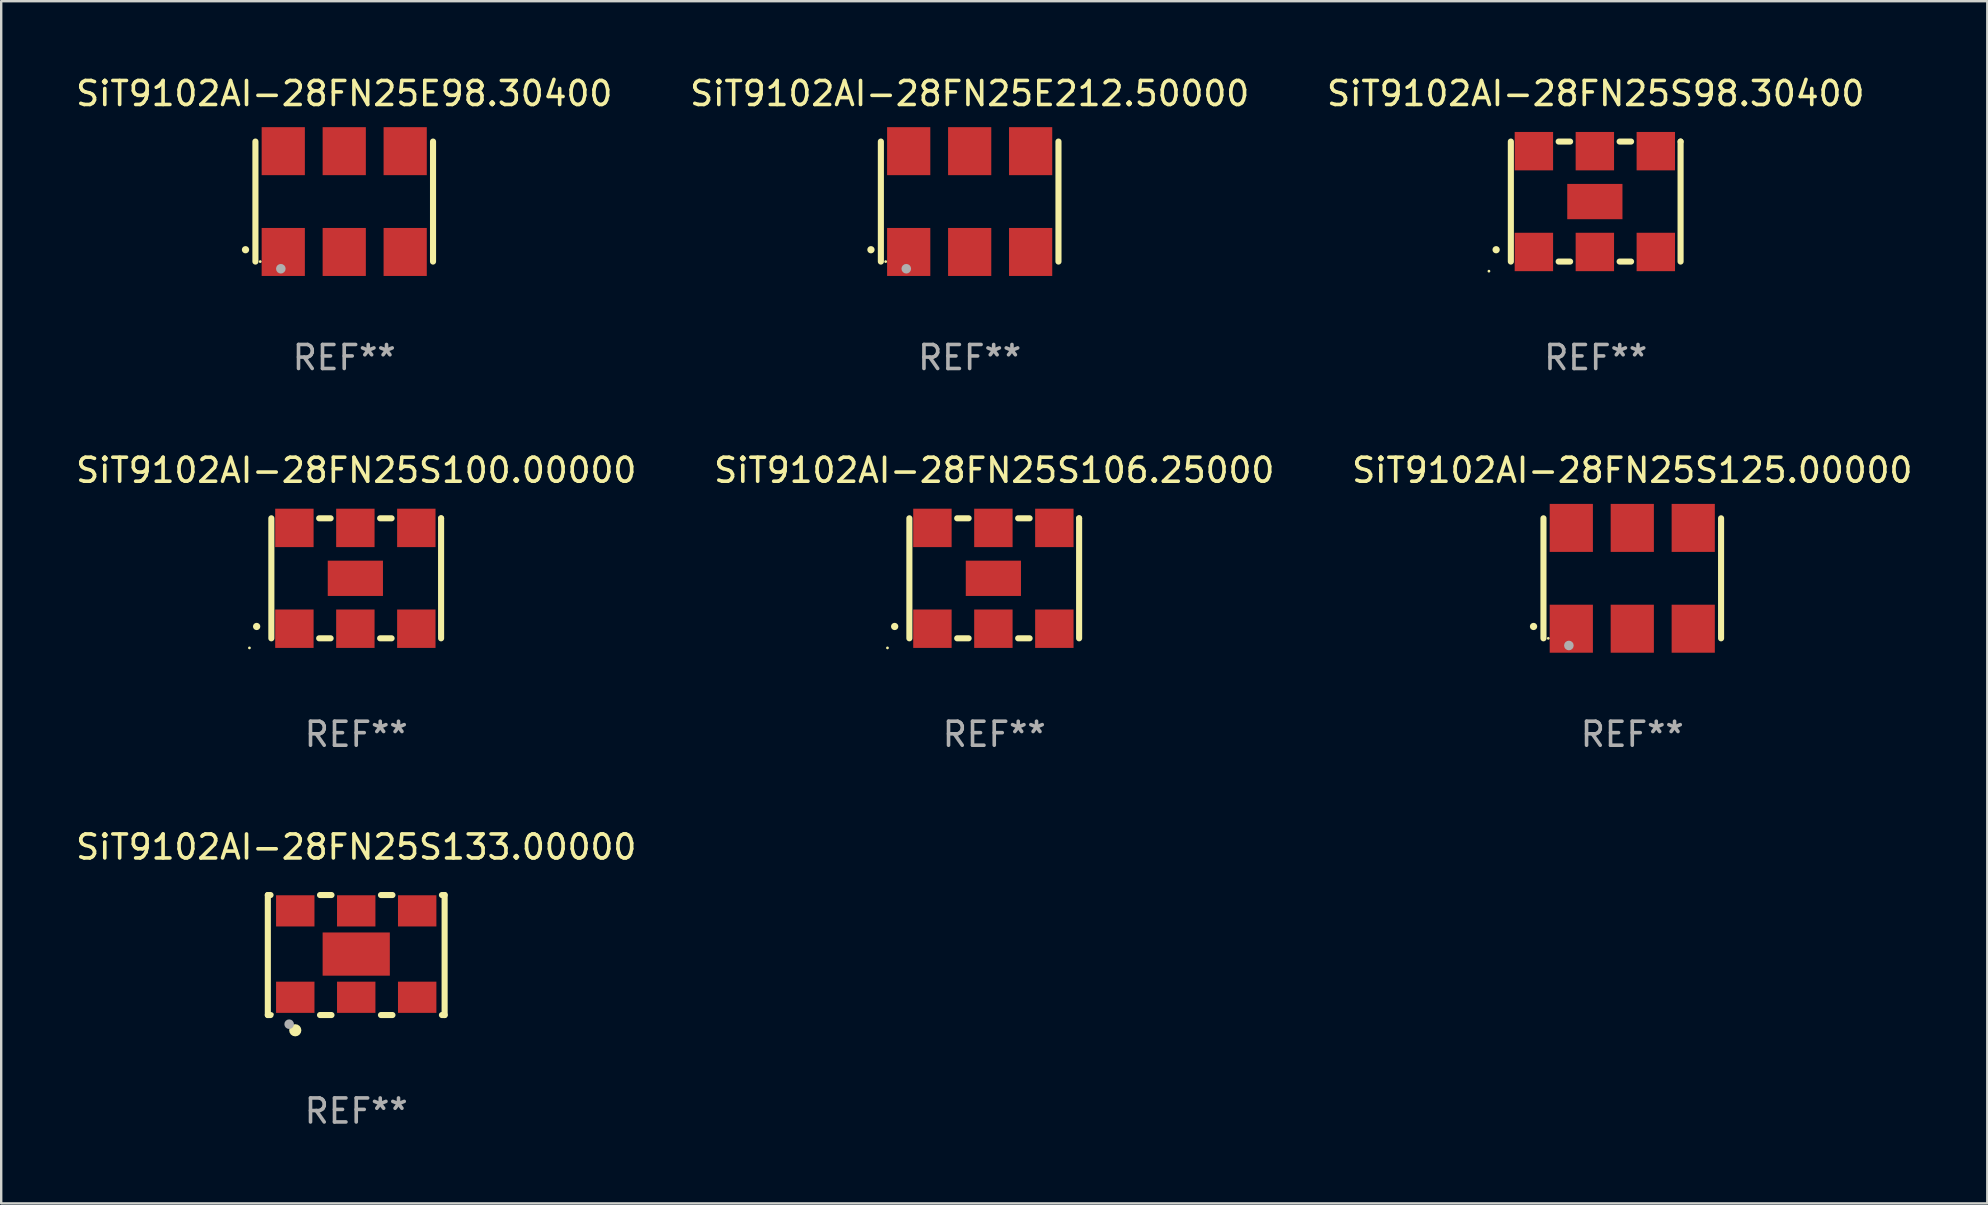
<source format=kicad_pcb>
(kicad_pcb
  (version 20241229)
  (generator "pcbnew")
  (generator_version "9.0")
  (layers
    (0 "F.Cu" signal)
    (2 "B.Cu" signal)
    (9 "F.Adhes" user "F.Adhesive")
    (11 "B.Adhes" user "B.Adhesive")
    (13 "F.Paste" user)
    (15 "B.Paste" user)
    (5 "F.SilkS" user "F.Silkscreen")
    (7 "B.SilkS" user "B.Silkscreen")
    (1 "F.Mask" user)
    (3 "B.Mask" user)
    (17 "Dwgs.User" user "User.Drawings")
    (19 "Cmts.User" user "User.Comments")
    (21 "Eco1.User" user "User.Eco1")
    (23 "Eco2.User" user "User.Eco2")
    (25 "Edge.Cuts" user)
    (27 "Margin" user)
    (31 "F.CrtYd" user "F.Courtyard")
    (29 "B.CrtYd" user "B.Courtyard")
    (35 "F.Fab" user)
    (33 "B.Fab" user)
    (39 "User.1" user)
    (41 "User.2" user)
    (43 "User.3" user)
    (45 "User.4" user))
  (footprint "SiT9102AI-28FN25S125.00000"
    (layer "F.Cu")
    (at 64.958 21.045)
    (property "Reference" "SiT9102AI-28FN25S125.00000" (at 0 -4.5 0) (layer "F.SilkS") (effects (font (size 1 1) (thickness 0.15))))
    (attr through_hole)
    (fp_line (start -3.7 -2.5) (end -3.7 2.5) (stroke (width 0.254) (type solid)) (layer "F.SilkS"))
    (fp_line (start 3.7 -2.5) (end 3.7 2.5) (stroke (width 0.254) (type solid)) (layer "F.SilkS"))
    (fp_arc (start -4.114415 2.006604) (mid -4.113145 2.006599) (end -4.111875 2.006604) (stroke (width 0.3) (type solid)) (layer "F.SilkS"))
    (fp_circle (center -3.5 2.501) (end -3.47 2.501) (stroke (width 0.06) (type solid)) (fill no) (layer "F.SilkS"))
    (fp_circle (center -2.641 2.799) (end -2.541 2.799) (stroke (width 0.2) (type solid)) (fill no) (layer "F.Fab"))
    (fp_text user "REF**" (at 0 6.5 0) (layer "F.Fab") (effects (font (size 1 1) (thickness 0.15))))
    (pad "1" smd rect (at -2.54 2.1) (size 1.8 2) (layers "F.Cu" "F.Mask" "F.Paste"))
    (pad "2" smd rect (at 0.000394 2.1) (size 1.8 2) (layers "F.Cu" "F.Mask" "F.Paste"))
    (pad "3" smd rect (at 2.54 2.1) (size 1.8 2) (layers "F.Cu" "F.Mask" "F.Paste"))
    (pad "4" smd rect (at 2.54 -2.1) (size 1.8 2) (layers "F.Cu" "F.Mask" "F.Paste"))
    (pad "5" smd rect (at 0.000394 -2.1) (size 1.8 2) (layers "F.Cu" "F.Mask" "F.Paste"))
    (pad "6" smd rect (at -2.54 -2.1) (size 1.8 2) (layers "F.Cu" "F.Mask" "F.Paste")))
  (footprint "SiT9102AI-28FN25S106.25000"
    (layer "F.Cu")
    (at 38.375 21.045)
    (property "Reference" "SiT9102AI-28FN25S106.25000" (at 0 -4.5 0) (layer "F.SilkS") (effects (font (size 1 1) (thickness 0.15))))
    (attr through_hole)
    (fp_line (start -3.536 -2.5) (end -3.536 2.5) (stroke (width 0.254) (type solid)) (layer "F.SilkS"))
    (fp_line (start -1.544 2.5) (end -1.067 2.5) (stroke (width 0.254) (type solid)) (layer "F.SilkS"))
    (fp_line (start -1.067 -2.5) (end -1.544 -2.5) (stroke (width 0.254) (type solid)) (layer "F.SilkS"))
    (fp_line (start 0.996 2.5) (end 1.473 2.5) (stroke (width 0.254) (type solid)) (layer "F.SilkS"))
    (fp_line (start 1.473 -2.5) (end 0.996 -2.5) (stroke (width 0.254) (type solid)) (layer "F.SilkS"))
    (fp_line (start 3.536 -2.5) (end 3.536 -2.5) (stroke (width 0.254) (type solid)) (layer "F.SilkS"))
    (fp_line (start 3.536 2.5) (end 3.536 -2.5) (stroke (width 0.254) (type solid)) (layer "F.SilkS"))
    (fp_arc (start -4.150432 2.006604) (mid -4.149162 2.006599) (end -4.147892 2.006604) (stroke (width 0.3) (type solid)) (layer "F.SilkS"))
    (fp_circle (center -4.449 2.9) (end -4.419 2.9) (stroke (width 0.06) (type solid)) (fill no) (layer "F.SilkS"))
    (fp_text user "REF**" (at 0 6.5 0) (layer "F.Fab") (effects (font (size 1 1) (thickness 0.15))))
    (pad "1" smd rect (at -2.576 2.1) (size 1.6 1.6) (layers "F.Cu" "F.Mask" "F.Paste"))
    (pad "2" smd rect (at -0.036 2.1) (size 1.6 1.6) (layers "F.Cu" "F.Mask" "F.Paste"))
    (pad "3" smd rect (at 2.504 2.1) (size 1.6 1.6) (layers "F.Cu" "F.Mask" "F.Paste"))
    (pad "4" smd rect (at 2.504 -2.1) (size 1.6 1.6) (layers "F.Cu" "F.Mask" "F.Paste"))
    (pad "5" smd rect (at -0.036 -2.1) (size 1.6 1.6) (layers "F.Cu" "F.Mask" "F.Paste"))
    (pad "6" smd rect (at -2.576 -2.1) (size 1.6 1.6) (layers "F.Cu" "F.Mask" "F.Paste"))
    (pad "7" smd rect (at -0.036 0) (size 2.3 1.47) (layers "F.Cu" "F.Mask" "F.Paste")))
  (footprint "SiT9102AI-28FN25S133.00000"
    (layer "F.Cu")
    (at 11.792 36.741)
    (property "Reference" "SiT9102AI-28FN25S133.00000" (at 0 -4.5 0) (layer "F.SilkS") (effects (font (size 1 1) (thickness 0.15))))
    (attr through_hole)
    (fp_line (start -3.683 -2.5) (end -3.571 -2.5) (stroke (width 0.254) (type solid)) (layer "F.SilkS"))
    (fp_line (start -3.683 2.5) (end -3.683 -2.5) (stroke (width 0.254) (type solid)) (layer "F.SilkS"))
    (fp_line (start -3.683 2.5) (end -3.571 2.5) (stroke (width 0.254) (type solid)) (layer "F.SilkS"))
    (fp_line (start -1.509 -2.5) (end -1.031 -2.5) (stroke (width 0.254) (type solid)) (layer "F.SilkS"))
    (fp_line (start -1.509 2.5) (end -1.031 2.5) (stroke (width 0.254) (type solid)) (layer "F.SilkS"))
    (fp_line (start 1.031 -2.5) (end 1.509 -2.5) (stroke (width 0.254) (type solid)) (layer "F.SilkS"))
    (fp_line (start 1.031 2.5) (end 1.509 2.5) (stroke (width 0.254) (type solid)) (layer "F.SilkS"))
    (fp_line (start 3.571 -2.5) (end 3.683 -2.5) (stroke (width 0.254) (type solid)) (layer "F.SilkS"))
    (fp_line (start 3.571 2.5) (end 3.683 2.5) (stroke (width 0.254) (type solid)) (layer "F.SilkS"))
    (fp_line (start 3.683 2.5) (end 3.683 -2.5) (stroke (width 0.254) (type solid)) (layer "F.SilkS"))
    (fp_circle (center -3.5 2.46) (end -3.47 2.46) (stroke (width 0.06) (type solid)) (fill no) (layer "F.SilkS"))
    (fp_circle (center -2.54 3.135) (end -2.413 3.135) (stroke (width 0.254) (type solid)) (fill no) (layer "F.SilkS"))
    (fp_circle (center -2.794 2.881) (end -2.694 2.881) (stroke (width 0.2) (type solid)) (fill no) (layer "F.Fab"))
    (fp_text user "REF**" (at 0 6.5 0) (layer "F.Fab") (effects (font (size 1 1) (thickness 0.15))))
    (pad "1" smd rect (at -2.54 1.76) (size 1.6 1.3) (layers "F.Cu" "F.Mask" "F.Paste"))
    (pad "2" smd rect (at 0 1.76) (size 1.6 1.3) (layers "F.Cu" "F.Mask" "F.Paste"))
    (pad "3" smd rect (at 2.54 1.76) (size 1.6 1.3) (layers "F.Cu" "F.Mask" "F.Paste"))
    (pad "4" smd rect (at 2.54 -1.84) (size 1.6 1.3) (layers "F.Cu" "F.Mask" "F.Paste"))
    (pad "5" smd rect (at 0 -1.84) (size 1.6 1.3) (layers "F.Cu" "F.Mask" "F.Paste"))
    (pad "6" smd rect (at -2.54 -1.84) (size 1.6 1.3) (layers "F.Cu" "F.Mask" "F.Paste"))
    (pad "7" smd rect (at 0 -0.04) (size 2.8 1.8) (layers "F.Cu" "F.Mask" "F.Paste")))
  (footprint "SiT9102AI-28FN25E212.50000"
    (layer "F.Cu")
    (at 37.351 5.348)
    (property "Reference" "SiT9102AI-28FN25E212.50000" (at 0 -4.5 0) (layer "F.SilkS") (effects (font (size 1 1) (thickness 0.15))))
    (attr through_hole)
    (fp_line (start -3.7 -2.5) (end -3.7 2.5) (stroke (width 0.254) (type solid)) (layer "F.SilkS"))
    (fp_line (start 3.7 -2.5) (end 3.7 2.5) (stroke (width 0.254) (type solid)) (layer "F.SilkS"))
    (fp_arc (start -4.114415 2.006604) (mid -4.113145 2.006599) (end -4.111875 2.006604) (stroke (width 0.3) (type solid)) (layer "F.SilkS"))
    (fp_circle (center -3.5 2.501) (end -3.47 2.501) (stroke (width 0.06) (type solid)) (fill no) (layer "F.SilkS"))
    (fp_circle (center -2.641 2.799) (end -2.541 2.799) (stroke (width 0.2) (type solid)) (fill no) (layer "F.Fab"))
    (fp_text user "REF**" (at 0 6.5 0) (layer "F.Fab") (effects (font (size 1 1) (thickness 0.15))))
    (pad "1" smd rect (at -2.54 2.1) (size 1.8 2) (layers "F.Cu" "F.Mask" "F.Paste"))
    (pad "2" smd rect (at 0.000394 2.1) (size 1.8 2) (layers "F.Cu" "F.Mask" "F.Paste"))
    (pad "3" smd rect (at 2.54 2.1) (size 1.8 2) (layers "F.Cu" "F.Mask" "F.Paste"))
    (pad "4" smd rect (at 2.54 -2.1) (size 1.8 2) (layers "F.Cu" "F.Mask" "F.Paste"))
    (pad "5" smd rect (at 0.000394 -2.1) (size 1.8 2) (layers "F.Cu" "F.Mask" "F.Paste"))
    (pad "6" smd rect (at -2.54 -2.1) (size 1.8 2) (layers "F.Cu" "F.Mask" "F.Paste")))
  (footprint "SiT9102AI-28FN25E98.30400"
    (layer "F.Cu")
    (at 11.292 5.348)
    (property "Reference" "SiT9102AI-28FN25E98.30400" (at 0 -4.5 0) (layer "F.SilkS") (effects (font (size 1 1) (thickness 0.15))))
    (attr through_hole)
    (fp_line (start -3.7 -2.5) (end -3.7 2.5) (stroke (width 0.254) (type solid)) (layer "F.SilkS"))
    (fp_line (start 3.7 -2.5) (end 3.7 2.5) (stroke (width 0.254) (type solid)) (layer "F.SilkS"))
    (fp_arc (start -4.114415 2.006604) (mid -4.113145 2.006599) (end -4.111875 2.006604) (stroke (width 0.3) (type solid)) (layer "F.SilkS"))
    (fp_circle (center -3.5 2.501) (end -3.47 2.501) (stroke (width 0.06) (type solid)) (fill no) (layer "F.SilkS"))
    (fp_circle (center -2.641 2.799) (end -2.541 2.799) (stroke (width 0.2) (type solid)) (fill no) (layer "F.Fab"))
    (fp_text user "REF**" (at 0 6.5 0) (layer "F.Fab") (effects (font (size 1 1) (thickness 0.15))))
    (pad "1" smd rect (at -2.54 2.1) (size 1.8 2) (layers "F.Cu" "F.Mask" "F.Paste"))
    (pad "2" smd rect (at 0.000394 2.1) (size 1.8 2) (layers "F.Cu" "F.Mask" "F.Paste"))
    (pad "3" smd rect (at 2.54 2.1) (size 1.8 2) (layers "F.Cu" "F.Mask" "F.Paste"))
    (pad "4" smd rect (at 2.54 -2.1) (size 1.8 2) (layers "F.Cu" "F.Mask" "F.Paste"))
    (pad "5" smd rect (at 0.000394 -2.1) (size 1.8 2) (layers "F.Cu" "F.Mask" "F.Paste"))
    (pad "6" smd rect (at -2.54 -2.1) (size 1.8 2) (layers "F.Cu" "F.Mask" "F.Paste")))
  (footprint "SiT9102AI-28FN25S100.00000"
    (layer "F.Cu")
    (at 11.792 21.045)
    (property "Reference" "SiT9102AI-28FN25S100.00000" (at 0 -4.5 0) (layer "F.SilkS") (effects (font (size 1 1) (thickness 0.15))))
    (attr through_hole)
    (fp_line (start -3.536 -2.5) (end -3.536 2.5) (stroke (width 0.254) (type solid)) (layer "F.SilkS"))
    (fp_line (start -1.544 2.5) (end -1.067 2.5) (stroke (width 0.254) (type solid)) (layer "F.SilkS"))
    (fp_line (start -1.067 -2.5) (end -1.544 -2.5) (stroke (width 0.254) (type solid)) (layer "F.SilkS"))
    (fp_line (start 0.996 2.5) (end 1.473 2.5) (stroke (width 0.254) (type solid)) (layer "F.SilkS"))
    (fp_line (start 1.473 -2.5) (end 0.996 -2.5) (stroke (width 0.254) (type solid)) (layer "F.SilkS"))
    (fp_line (start 3.536 -2.5) (end 3.536 -2.5) (stroke (width 0.254) (type solid)) (layer "F.SilkS"))
    (fp_line (start 3.536 2.5) (end 3.536 -2.5) (stroke (width 0.254) (type solid)) (layer "F.SilkS"))
    (fp_arc (start -4.150432 2.006604) (mid -4.149162 2.006599) (end -4.147892 2.006604) (stroke (width 0.3) (type solid)) (layer "F.SilkS"))
    (fp_circle (center -4.449 2.9) (end -4.419 2.9) (stroke (width 0.06) (type solid)) (fill no) (layer "F.SilkS"))
    (fp_text user "REF**" (at 0 6.5 0) (layer "F.Fab") (effects (font (size 1 1) (thickness 0.15))))
    (pad "1" smd rect (at -2.576 2.1) (size 1.6 1.6) (layers "F.Cu" "F.Mask" "F.Paste"))
    (pad "2" smd rect (at -0.036 2.1) (size 1.6 1.6) (layers "F.Cu" "F.Mask" "F.Paste"))
    (pad "3" smd rect (at 2.504 2.1) (size 1.6 1.6) (layers "F.Cu" "F.Mask" "F.Paste"))
    (pad "4" smd rect (at 2.504 -2.1) (size 1.6 1.6) (layers "F.Cu" "F.Mask" "F.Paste"))
    (pad "5" smd rect (at -0.036 -2.1) (size 1.6 1.6) (layers "F.Cu" "F.Mask" "F.Paste"))
    (pad "6" smd rect (at -2.576 -2.1) (size 1.6 1.6) (layers "F.Cu" "F.Mask" "F.Paste"))
    (pad "7" smd rect (at -0.036 0) (size 2.3 1.47) (layers "F.Cu" "F.Mask" "F.Paste")))
  (footprint "SiT9102AI-28FN25S98.30400"
    (layer "F.Cu")
    (at 63.435 5.348)
    (property "Reference" "SiT9102AI-28FN25S98.30400" (at 0 -4.5 0) (layer "F.SilkS") (effects (font (size 1 1) (thickness 0.15))))
    (attr through_hole)
    (fp_line (start -3.536 -2.5) (end -3.536 2.5) (stroke (width 0.254) (type solid)) (layer "F.SilkS"))
    (fp_line (start -1.544 2.5) (end -1.067 2.5) (stroke (width 0.254) (type solid)) (layer "F.SilkS"))
    (fp_line (start -1.067 -2.5) (end -1.544 -2.5) (stroke (width 0.254) (type solid)) (layer "F.SilkS"))
    (fp_line (start 0.996 2.5) (end 1.473 2.5) (stroke (width 0.254) (type solid)) (layer "F.SilkS"))
    (fp_line (start 1.473 -2.5) (end 0.996 -2.5) (stroke (width 0.254) (type solid)) (layer "F.SilkS"))
    (fp_line (start 3.536 -2.5) (end 3.536 -2.5) (stroke (width 0.254) (type solid)) (layer "F.SilkS"))
    (fp_line (start 3.536 2.5) (end 3.536 -2.5) (stroke (width 0.254) (type solid)) (layer "F.SilkS"))
    (fp_arc (start -4.150432 2.006604) (mid -4.149162 2.006599) (end -4.147892 2.006604) (stroke (width 0.3) (type solid)) (layer "F.SilkS"))
    (fp_circle (center -4.449 2.9) (end -4.419 2.9) (stroke (width 0.06) (type solid)) (fill no) (layer "F.SilkS"))
    (fp_text user "REF**" (at 0 6.5 0) (layer "F.Fab") (effects (font (size 1 1) (thickness 0.15))))
    (pad "1" smd rect (at -2.576 2.1) (size 1.6 1.6) (layers "F.Cu" "F.Mask" "F.Paste"))
    (pad "2" smd rect (at -0.036 2.1) (size 1.6 1.6) (layers "F.Cu" "F.Mask" "F.Paste"))
    (pad "3" smd rect (at 2.504 2.1) (size 1.6 1.6) (layers "F.Cu" "F.Mask" "F.Paste"))
    (pad "4" smd rect (at 2.504 -2.1) (size 1.6 1.6) (layers "F.Cu" "F.Mask" "F.Paste"))
    (pad "5" smd rect (at -0.036 -2.1) (size 1.6 1.6) (layers "F.Cu" "F.Mask" "F.Paste"))
    (pad "6" smd rect (at -2.576 -2.1) (size 1.6 1.6) (layers "F.Cu" "F.Mask" "F.Paste"))
    (pad "7" smd rect (at -0.036 0) (size 2.3 1.47) (layers "F.Cu" "F.Mask" "F.Paste")))
  (gr_rect
    (start -3 -3)
    (end 79.75 47.09)
    (stroke (width 0.1) (type default))
    (fill no)
    (layer "Edge.Cuts")))
</source>
